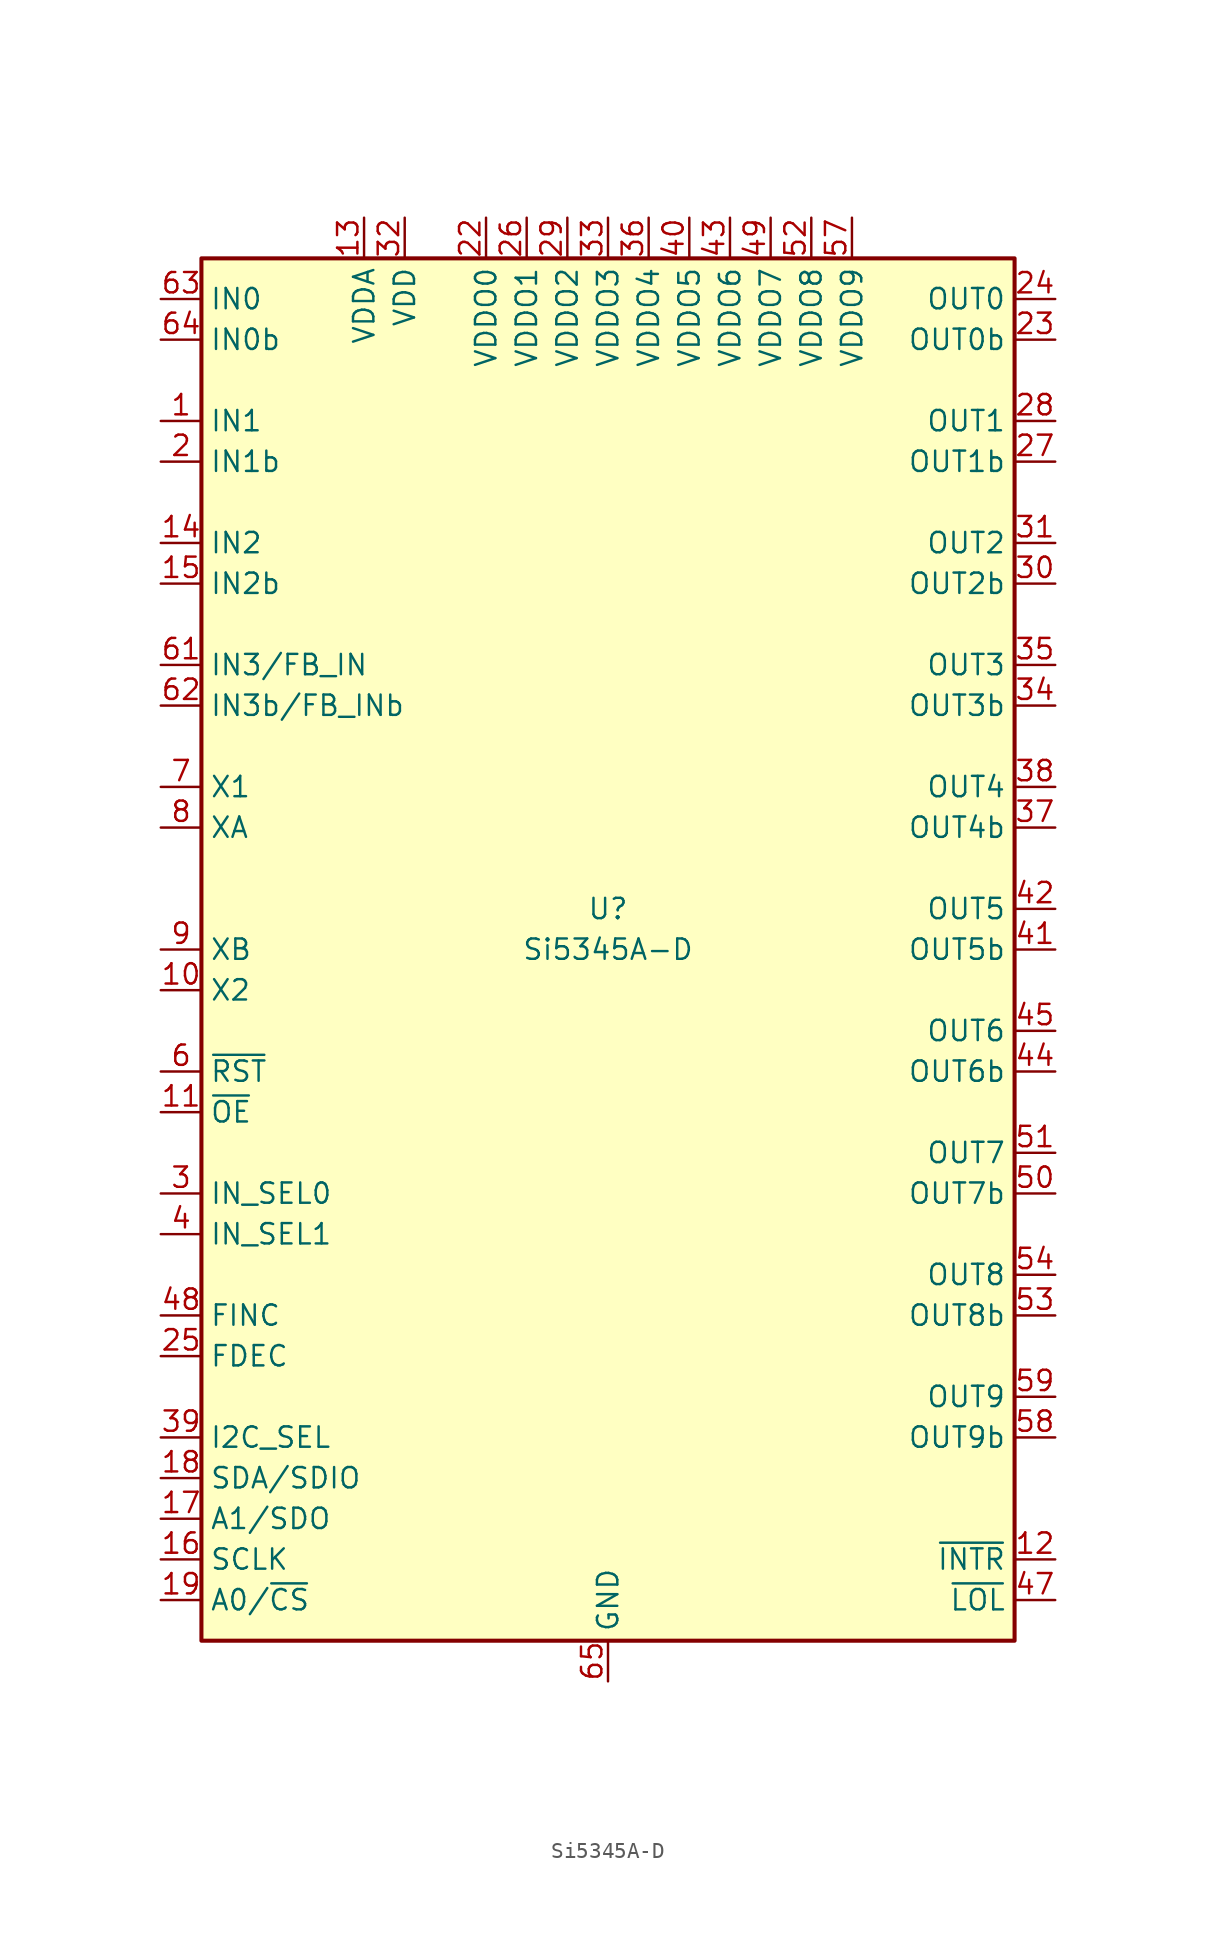
<source format=kicad_sym>
(kicad_symbol_lib
  (version 20201005)
  (generator kicad_symbol_editor)
  (symbol "Si5345A-D"
    (property "Reference" "U"
      (at 0 2.54 0)
      (effects (font (size 1.27 1.27))))
    (property "Value" "Si5345A-D"
      (at 0 0 0)
      (effects (font (size 1.27 1.27))))
    (symbol "Si5345A-D_0_1"
      (rectangle (start -25.4 43.18) (end 25.4 -43.18) (stroke (width 0.254)) (fill (type background))))
    (symbol "Si5345A-D_1_1"
      (pin input line (at -27.94 33.02 0) (length 2.54) (name "IN1" (effects (font (size 1.27 1.27)))) (number "1" (effects (font (size 1.27 1.27)))))
      (pin input line (at -27.94 -2.54 0) (length 2.54) (name "X2" (effects (font (size 1.27 1.27)))) (number "10" (effects (font (size 1.27 1.27)))))
      (pin input line (at -27.94 -10.16 0) (length 2.54) (name "~OE" (effects (font (size 1.27 1.27)))) (number "11" (effects (font (size 1.27 1.27)))))
      (pin output line (at 27.94 -38.1 180) (length 2.54) (name "~INTR" (effects (font (size 1.27 1.27)))) (number "12" (effects (font (size 1.27 1.27)))))
      (pin power_in line (at -15.24 45.72 270) (length 2.54) (name "VDDA" (effects (font (size 1.27 1.27)))) (number "13" (effects (font (size 1.27 1.27)))))
      (pin input line (at -27.94 25.4 0) (length 2.54) (name "IN2" (effects (font (size 1.27 1.27)))) (number "14" (effects (font (size 1.27 1.27)))))
      (pin input line (at -27.94 22.86 0) (length 2.54) (name "IN2b" (effects (font (size 1.27 1.27)))) (number "15" (effects (font (size 1.27 1.27)))))
      (pin input line (at -27.94 -38.1 0) (length 2.54) (name "SCLK" (effects (font (size 1.27 1.27)))) (number "16" (effects (font (size 1.27 1.27)))))
      (pin bidirectional line (at -27.94 -35.56 0) (length 2.54) (name "A1/SDO" (effects (font (size 1.27 1.27)))) (number "17" (effects (font (size 1.27 1.27)))))
      (pin bidirectional line (at -27.94 -33.02 0) (length 2.54) (name "SDA/SDIO" (effects (font (size 1.27 1.27)))) (number "18" (effects (font (size 1.27 1.27)))))
      (pin input line (at -27.94 -40.64 0) (length 2.54) (name "A0/~CS" (effects (font (size 1.27 1.27)))) (number "19" (effects (font (size 1.27 1.27)))))
      (pin input line (at -27.94 30.48 0) (length 2.54) (name "IN1b" (effects (font (size 1.27 1.27)))) (number "2" (effects (font (size 1.27 1.27)))))
      (pin no_connect line (at 25.4 27.94 180) (length 2.54) hide (name "NC" (effects (font (size 1.27 1.27)))) (number "20" (effects (font (size 1.27 1.27)))))
      (pin no_connect line (at 25.4 20.32 180) (length 2.54) hide (name "NC" (effects (font (size 1.27 1.27)))) (number "21" (effects (font (size 1.27 1.27)))))
      (pin power_in line (at -7.62 45.72 270) (length 2.54) (name "VDDO0" (effects (font (size 1.27 1.27)))) (number "22" (effects (font (size 1.27 1.27)))))
      (pin output line (at 27.94 38.1 180) (length 2.54) (name "OUT0b" (effects (font (size 1.27 1.27)))) (number "23" (effects (font (size 1.27 1.27)))))
      (pin output line (at 27.94 40.64 180) (length 2.54) (name "OUT0" (effects (font (size 1.27 1.27)))) (number "24" (effects (font (size 1.27 1.27)))))
      (pin input line (at -27.94 -25.4 0) (length 2.54) (name "FDEC" (effects (font (size 1.27 1.27)))) (number "25" (effects (font (size 1.27 1.27)))))
      (pin power_in line (at -5.08 45.72 270) (length 2.54) (name "VDDO1" (effects (font (size 1.27 1.27)))) (number "26" (effects (font (size 1.27 1.27)))))
      (pin output line (at 27.94 30.48 180) (length 2.54) (name "OUT1b" (effects (font (size 1.27 1.27)))) (number "27" (effects (font (size 1.27 1.27)))))
      (pin output line (at 27.94 33.02 180) (length 2.54) (name "OUT1" (effects (font (size 1.27 1.27)))) (number "28" (effects (font (size 1.27 1.27)))))
      (pin power_in line (at -2.54 45.72 270) (length 2.54) (name "VDDO2" (effects (font (size 1.27 1.27)))) (number "29" (effects (font (size 1.27 1.27)))))
      (pin input line (at -27.94 -15.24 0) (length 2.54) (name "IN_SEL0" (effects (font (size 1.27 1.27)))) (number "3" (effects (font (size 1.27 1.27)))))
      (pin output line (at 27.94 22.86 180) (length 2.54) (name "OUT2b" (effects (font (size 1.27 1.27)))) (number "30" (effects (font (size 1.27 1.27)))))
      (pin output line (at 27.94 25.4 180) (length 2.54) (name "OUT2" (effects (font (size 1.27 1.27)))) (number "31" (effects (font (size 1.27 1.27)))))
      (pin power_in line (at -12.7 45.72 270) (length 2.54) (name "VDD" (effects (font (size 1.27 1.27)))) (number "32" (effects (font (size 1.27 1.27)))))
      (pin power_in line (at 0 45.72 270) (length 2.54) (name "VDDO3" (effects (font (size 1.27 1.27)))) (number "33" (effects (font (size 1.27 1.27)))))
      (pin output line (at 27.94 15.24 180) (length 2.54) (name "OUT3b" (effects (font (size 1.27 1.27)))) (number "34" (effects (font (size 1.27 1.27)))))
      (pin output line (at 27.94 17.78 180) (length 2.54) (name "OUT3" (effects (font (size 1.27 1.27)))) (number "35" (effects (font (size 1.27 1.27)))))
      (pin power_in line (at 2.54 45.72 270) (length 2.54) (name "VDDO4" (effects (font (size 1.27 1.27)))) (number "36" (effects (font (size 1.27 1.27)))))
      (pin output line (at 27.94 7.62 180) (length 2.54) (name "OUT4b" (effects (font (size 1.27 1.27)))) (number "37" (effects (font (size 1.27 1.27)))))
      (pin output line (at 27.94 10.16 180) (length 2.54) (name "OUT4" (effects (font (size 1.27 1.27)))) (number "38" (effects (font (size 1.27 1.27)))))
      (pin input line (at -27.94 -30.48 0) (length 2.54) (name "I2C_SEL" (effects (font (size 1.27 1.27)))) (number "39" (effects (font (size 1.27 1.27)))))
      (pin input line (at -27.94 -17.78 0) (length 2.54) (name "IN_SEL1" (effects (font (size 1.27 1.27)))) (number "4" (effects (font (size 1.27 1.27)))))
      (pin power_in line (at 5.08 45.72 270) (length 2.54) (name "VDDO5" (effects (font (size 1.27 1.27)))) (number "40" (effects (font (size 1.27 1.27)))))
      (pin output line (at 27.94 0 180) (length 2.54) (name "OUT5b" (effects (font (size 1.27 1.27)))) (number "41" (effects (font (size 1.27 1.27)))))
      (pin output line (at 27.94 2.54 180) (length 2.54) (name "OUT5" (effects (font (size 1.27 1.27)))) (number "42" (effects (font (size 1.27 1.27)))))
      (pin power_in line (at 7.62 45.72 270) (length 2.54) (name "VDDO6" (effects (font (size 1.27 1.27)))) (number "43" (effects (font (size 1.27 1.27)))))
      (pin output line (at 27.94 -7.62 180) (length 2.54) (name "OUT6b" (effects (font (size 1.27 1.27)))) (number "44" (effects (font (size 1.27 1.27)))))
      (pin output line (at 27.94 -5.08 180) (length 2.54) (name "OUT6" (effects (font (size 1.27 1.27)))) (number "45" (effects (font (size 1.27 1.27)))))
      (pin passive line (at -12.7 45.72 270) (length 2.54) hide (name "VDD" (effects (font (size 1.27 1.27)))) (number "46" (effects (font (size 1.27 1.27)))))
      (pin output line (at 27.94 -40.64 180) (length 2.54) (name "~LOL" (effects (font (size 1.27 1.27)))) (number "47" (effects (font (size 1.27 1.27)))))
      (pin input line (at -27.94 -22.86 0) (length 2.54) (name "FINC" (effects (font (size 1.27 1.27)))) (number "48" (effects (font (size 1.27 1.27)))))
      (pin power_in line (at 10.16 45.72 270) (length 2.54) (name "VDDO7" (effects (font (size 1.27 1.27)))) (number "49" (effects (font (size 1.27 1.27)))))
      (pin no_connect line (at 25.4 35.56 180) (length 2.54) hide (name "NC" (effects (font (size 1.27 1.27)))) (number "5" (effects (font (size 1.27 1.27)))))
      (pin output line (at 27.94 -15.24 180) (length 2.54) (name "OUT7b" (effects (font (size 1.27 1.27)))) (number "50" (effects (font (size 1.27 1.27)))))
      (pin output line (at 27.94 -12.7 180) (length 2.54) (name "OUT7" (effects (font (size 1.27 1.27)))) (number "51" (effects (font (size 1.27 1.27)))))
      (pin power_in line (at 12.7 45.72 270) (length 2.54) (name "VDDO8" (effects (font (size 1.27 1.27)))) (number "52" (effects (font (size 1.27 1.27)))))
      (pin output line (at 27.94 -22.86 180) (length 2.54) (name "OUT8b" (effects (font (size 1.27 1.27)))) (number "53" (effects (font (size 1.27 1.27)))))
      (pin output line (at 27.94 -20.32 180) (length 2.54) (name "OUT8" (effects (font (size 1.27 1.27)))) (number "54" (effects (font (size 1.27 1.27)))))
      (pin no_connect line (at 25.4 12.7 180) (length 2.54) hide (name "NC" (effects (font (size 1.27 1.27)))) (number "55" (effects (font (size 1.27 1.27)))))
      (pin no_connect line (at 25.4 5.08 180) (length 2.54) hide (name "NC" (effects (font (size 1.27 1.27)))) (number "56" (effects (font (size 1.27 1.27)))))
      (pin power_in line (at 15.24 45.72 270) (length 2.54) (name "VDDO9" (effects (font (size 1.27 1.27)))) (number "57" (effects (font (size 1.27 1.27)))))
      (pin output line (at 27.94 -30.48 180) (length 2.54) (name "OUT9b" (effects (font (size 1.27 1.27)))) (number "58" (effects (font (size 1.27 1.27)))))
      (pin output line (at 27.94 -27.94 180) (length 2.54) (name "OUT9" (effects (font (size 1.27 1.27)))) (number "59" (effects (font (size 1.27 1.27)))))
      (pin input line (at -27.94 -7.62 0) (length 2.54) (name "~RST" (effects (font (size 1.27 1.27)))) (number "6" (effects (font (size 1.27 1.27)))))
      (pin passive line (at -12.7 45.72 270) (length 2.54) hide (name "VDD" (effects (font (size 1.27 1.27)))) (number "60" (effects (font (size 1.27 1.27)))))
      (pin input line (at -27.94 17.78 0) (length 2.54) (name "IN3/FB_IN" (effects (font (size 1.27 1.27)))) (number "61" (effects (font (size 1.27 1.27)))))
      (pin input line (at -27.94 15.24 0) (length 2.54) (name "IN3b/FB_INb" (effects (font (size 1.27 1.27)))) (number "62" (effects (font (size 1.27 1.27)))))
      (pin input line (at -27.94 40.64 0) (length 2.54) (name "IN0" (effects (font (size 1.27 1.27)))) (number "63" (effects (font (size 1.27 1.27)))))
      (pin input line (at -27.94 38.1 0) (length 2.54) (name "IN0b" (effects (font (size 1.27 1.27)))) (number "64" (effects (font (size 1.27 1.27)))))
      (pin power_in line (at 0 -45.72 90) (length 2.54) (name "GND" (effects (font (size 1.27 1.27)))) (number "65" (effects (font (size 1.27 1.27)))))
      (pin input line (at -27.94 10.16 0) (length 2.54) (name "X1" (effects (font (size 1.27 1.27)))) (number "7" (effects (font (size 1.27 1.27)))))
      (pin input line (at -27.94 7.62 0) (length 2.54) (name "XA" (effects (font (size 1.27 1.27)))) (number "8" (effects (font (size 1.27 1.27)))))
      (pin input line (at -27.94 0 0) (length 2.54) (name "XB" (effects (font (size 1.27 1.27)))) (number "9" (effects (font (size 1.27 1.27))))))))
</source>
